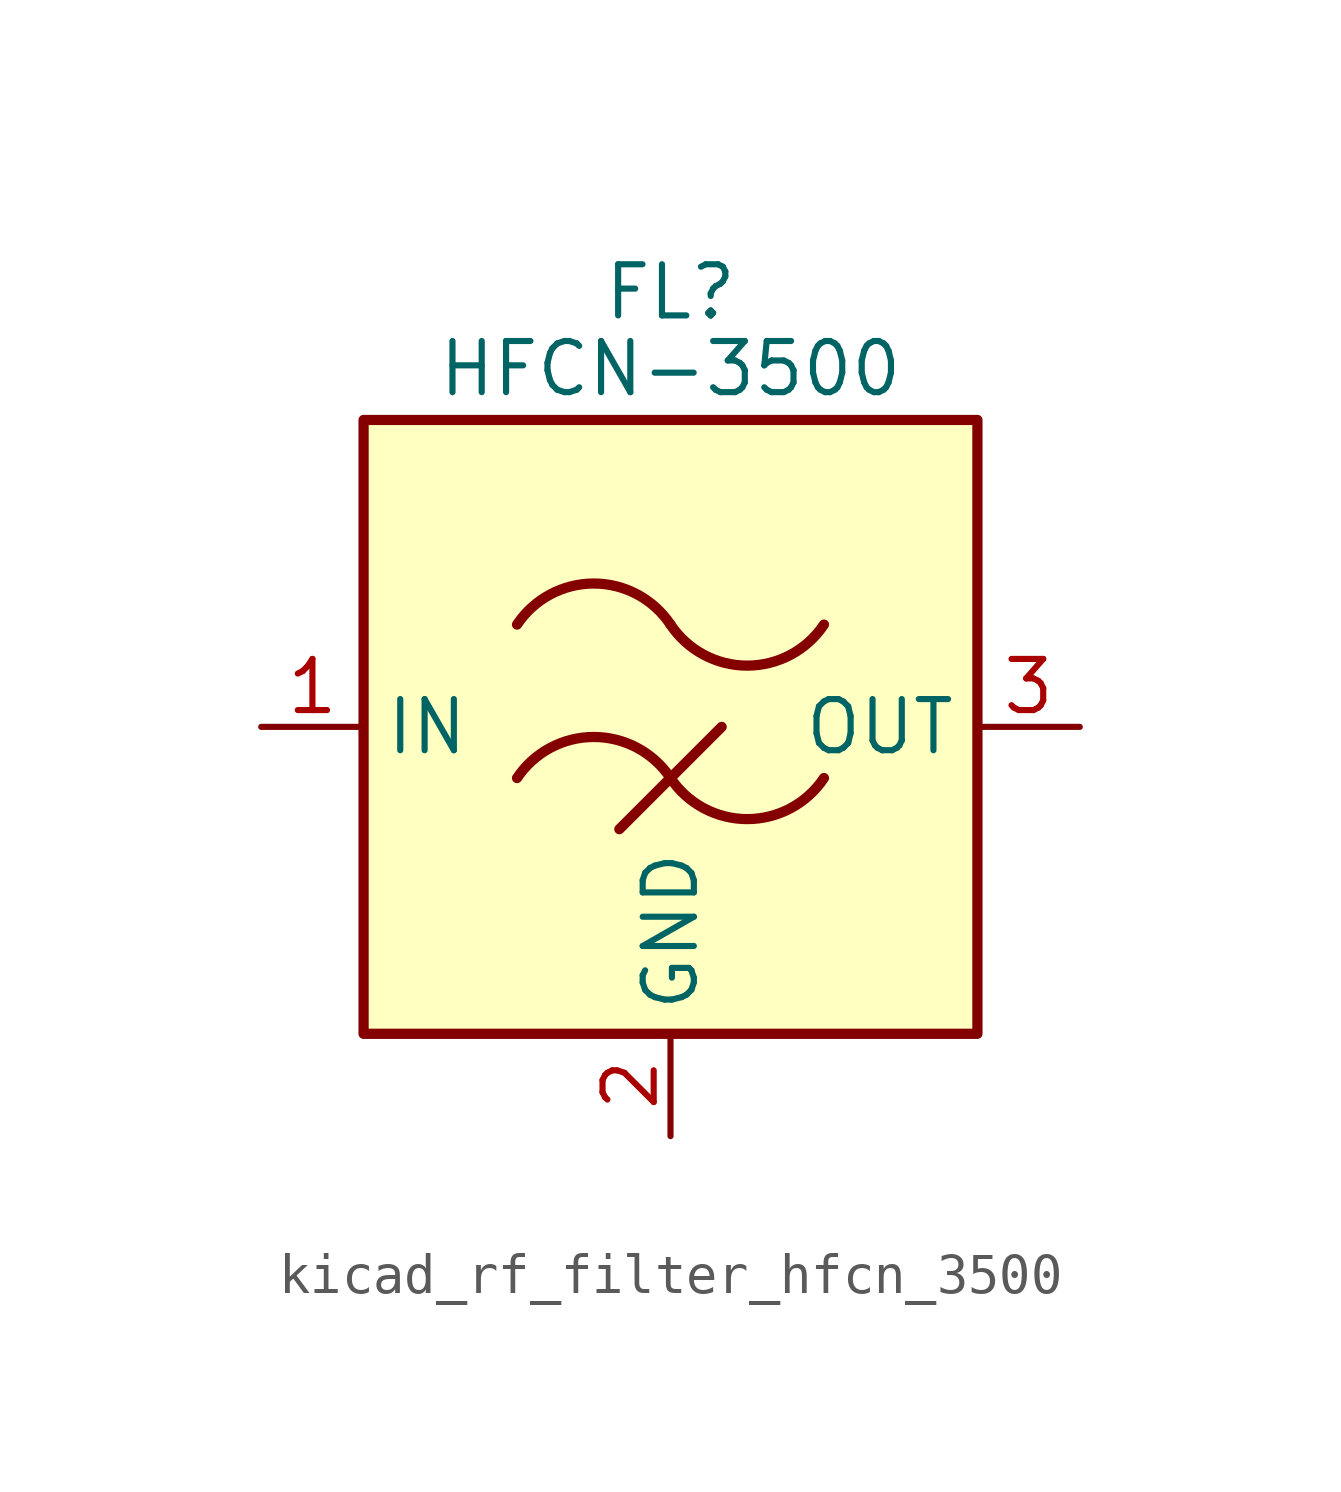
<source format=kicad_sym>
(kicad_symbol_lib
  (version 20220914)
  (generator kicad_symbol_editor)
  (symbol "kicad_rf_filter_hfcn_3500"
    (property "Reference" "FL"
      (at 0 10.795 0)
      (effects (font (size 1.27 1.27))))
    (property "Value" "HFCN-3500"
      (at 0 8.89 0)
      (effects (font (size 1.27 1.27))))
    (symbol "kicad_rf_filter_hfcn_3500_0_1"
      (rectangle (start -7.62 7.62) (end 7.62 -7.62) (stroke (width 0.254) (type default)) (fill (type background)))
      (arc (start 0 -1.27) (mid -1.905 -0.2505) (end -3.81 -1.27) (stroke (width 0.254) (type default)) (fill (type none)))
      (arc (start 0 -1.27) (mid 1.905 -2.2895) (end 3.81 -1.27) (stroke (width 0.254) (type default)) (fill (type none)))
      (polyline (pts (xy -1.27 -2.54) (xy 1.27 0)) (stroke (width 0.254) (type default)) (fill (type none)))
      (arc (start 0 2.54) (mid -1.905 3.5595) (end -3.81 2.54) (stroke (width 0.254) (type default)) (fill (type none)))
      (arc (start 0 2.54) (mid 1.905 1.5205) (end 3.81 2.54) (stroke (width 0.254) (type default)) (fill (type none))))
    (symbol "kicad_rf_filter_hfcn_3500_1_1"
      (pin passive line (at -10.16 0 0) (length 2.54) (name "IN" (effects (font (size 1.27 1.27)))) (number "1" (effects (font (size 1.27 1.27)))))
      (pin passive line (at 0 -10.16 90) (length 2.54) (name "GND" (effects (font (size 1.27 1.27)))) (number "2" (effects (font (size 1.27 1.27)))))
      (pin passive line (at 10.16 0 180) (length 2.54) (name "OUT" (effects (font (size 1.27 1.27)))) (number "3" (effects (font (size 1.27 1.27)))))
      (pin passive line (at 0 -10.16 90) (length 2.54) hide (name "GND" (effects (font (size 1.27 1.27)))) (number "4" (effects (font (size 1.27 1.27)))))
      (pin passive line (at 0 -10.16 90) (length 2.54) hide (name "GND" (effects (font (size 1.27 1.27)))) (number "5" (effects (font (size 1.27 1.27)))))
      (pin passive line (at 0 -10.16 90) (length 2.54) hide (name "GND" (effects (font (size 1.27 1.27)))) (number "6" (effects (font (size 1.27 1.27))))))))
</source>
